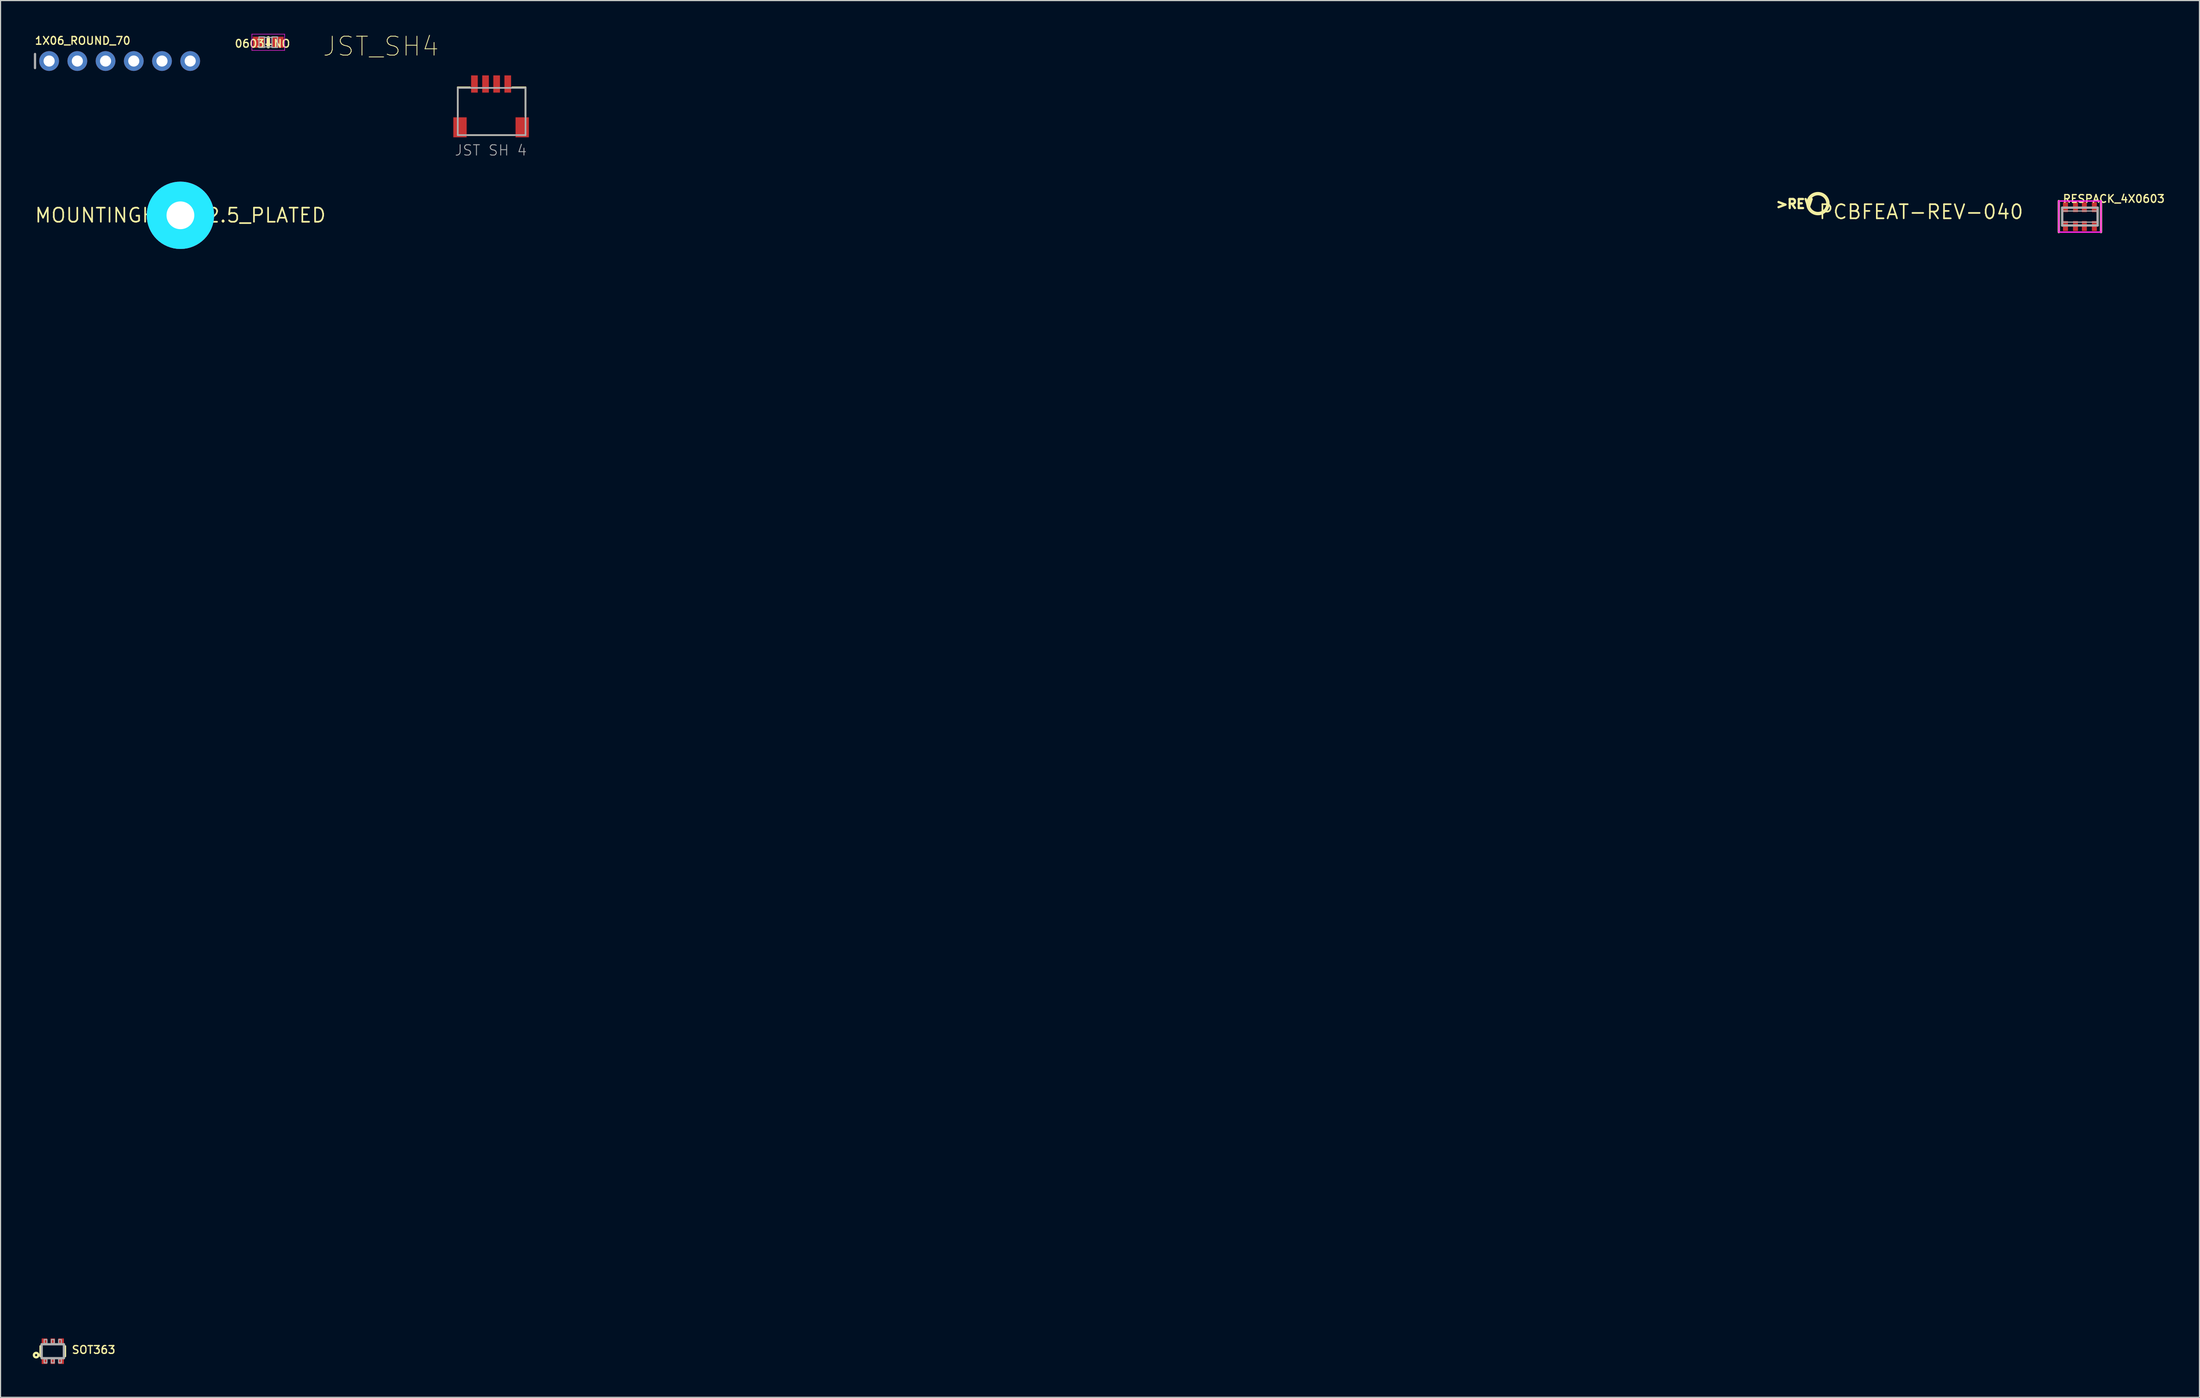
<source format=kicad_pcb>
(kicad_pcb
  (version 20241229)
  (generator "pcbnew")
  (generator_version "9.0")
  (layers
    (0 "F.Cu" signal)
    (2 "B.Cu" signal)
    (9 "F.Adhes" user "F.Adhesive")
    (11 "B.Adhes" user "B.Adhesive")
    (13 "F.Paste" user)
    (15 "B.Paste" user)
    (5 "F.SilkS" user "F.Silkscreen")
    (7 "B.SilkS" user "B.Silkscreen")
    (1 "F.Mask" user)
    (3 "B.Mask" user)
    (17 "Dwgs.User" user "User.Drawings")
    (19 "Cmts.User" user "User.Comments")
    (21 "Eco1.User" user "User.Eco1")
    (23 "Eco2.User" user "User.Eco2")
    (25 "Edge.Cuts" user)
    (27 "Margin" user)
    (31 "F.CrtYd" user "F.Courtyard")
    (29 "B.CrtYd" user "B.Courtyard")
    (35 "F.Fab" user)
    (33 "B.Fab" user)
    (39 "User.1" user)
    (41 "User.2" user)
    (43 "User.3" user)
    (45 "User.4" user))
  (footprint "0603-NO"
    (layer "F.Cu")
    (at 21.099 0.754)
    (property "Reference" "0603-NO" (at 2.032 0.127 180) (layer "F.SilkS") (effects (font (size 0.693 0.693) (thickness 0.12)) (justify right)))
    (fp_line (start 0 -0.4) (end 0 0.4) (stroke (width 0.305) (type solid)) (layer "F.SilkS"))
    (fp_poly (pts (xy -0.2 0.3) (xy 0.2 0.3) (xy 0.2 -0.3) (xy -0.2 -0.3)) (stroke (width 0) (type default)) (fill yes) (layer "F.Adhes"))
    (fp_line (start -1.473 -0.729) (end 1.473 -0.729) (stroke (width 0.051) (type solid)) (layer "F.CrtYd"))
    (fp_line (start -1.473 0.729) (end -1.473 -0.729) (stroke (width 0.051) (type solid)) (layer "F.CrtYd"))
    (fp_line (start 1.473 -0.729) (end 1.473 0.729) (stroke (width 0.051) (type solid)) (layer "F.CrtYd"))
    (fp_line (start 1.473 0.729) (end -1.473 0.729) (stroke (width 0.051) (type solid)) (layer "F.CrtYd"))
    (fp_line (start -0.356 -0.432) (end 0.356 -0.432) (stroke (width 0.102) (type solid)) (layer "F.Fab"))
    (fp_line (start -0.356 0.419) (end 0.356 0.419) (stroke (width 0.102) (type solid)) (layer "F.Fab"))
    (fp_poly (pts (xy -0.838 0.47) (xy -0.338 0.47) (xy -0.338 -0.48) (xy -0.838 -0.48)) (stroke (width 0.1) (type default)) (fill no) (layer "F.Fab"))
    (fp_poly (pts (xy 0.33 0.47) (xy 0.83 0.47) (xy 0.83 -0.48) (xy 0.33 -0.48)) (stroke (width 0.1) (type default)) (fill no) (layer "F.Fab"))
    (pad "1" smd rect (at -0.85 0) (size 1.075 1) (layers "F.Cu" "F.Mask" "F.Paste"))
    (pad "2" smd rect (at 0.85 0) (size 1.075 1) (layers "F.Cu" "F.Mask" "F.Paste")))
  (footprint "PCBFEAT-REV-040"
    (layer "F.Cu")
    (at 160.602 15.284)
    (property "Reference" "PCBFEAT-REV-040" (at 0 0 0) (layer "F.SilkS") (effects (font (size 1.27 1.27) (thickness 0.15)) (justify left top)))
    (fp_circle (center 0 0) (end 0.898 0) (stroke (width 0.305) (type solid)) (fill no) (layer "F.SilkS"))
    (fp_text user ">REV" (at -0.356 0.508 0) (layer "F.SilkS") (effects (font (size 0.813 0.813) (thickness 0.203)) (justify right bottom))))
  (footprint "RESPACK_4X0603"
    (layer "F.Cu")
    (at 184.184 16.45)
    (property "Reference" "RESPACK_4X0603" (at -1.6 -1.6 0) (layer "F.SilkS") (effects (font (size 0.693 0.693) (thickness 0.12)) (justify left)))
    (fp_line (start -1.9 1.4) (end -1.9 -1.4) (stroke (width 0.203) (type solid)) (layer "F.SilkS"))
    (fp_line (start 1.9 -1.4) (end 1.9 1.4) (stroke (width 0.203) (type solid)) (layer "F.SilkS"))
    (fp_line (start -1.9 -1.4) (end 1.9 -1.4) (stroke (width 0.127) (type solid)) (layer "F.CrtYd"))
    (fp_line (start -1.9 1.4) (end -1.9 -1.4) (stroke (width 0.127) (type solid)) (layer "F.CrtYd"))
    (fp_line (start -1.9 1.4) (end 1.9 1.4) (stroke (width 0.127) (type solid)) (layer "F.CrtYd"))
    (fp_line (start 1.9 -1.4) (end 1.9 1.4) (stroke (width 0.127) (type solid)) (layer "F.CrtYd"))
    (fp_line (start -1.6 -0.8) (end 1.6 -0.8) (stroke (width 0.203) (type solid)) (layer "F.Fab"))
    (fp_line (start -1.6 0.8) (end -1.6 -0.8) (stroke (width 0.203) (type solid)) (layer "F.Fab"))
    (fp_line (start 1.6 -0.8) (end 1.6 0.8) (stroke (width 0.203) (type solid)) (layer "F.Fab"))
    (fp_line (start 1.6 0.8) (end -1.6 0.8) (stroke (width 0.203) (type solid)) (layer "F.Fab"))
    (fp_poly (pts (xy -1.55 0.5) (xy 1.55 0.5) (xy 1.55 -0.5) (xy -1.55 -0.5)) (stroke (width 0.1) (type default)) (fill no) (layer "F.Fab"))
    (pad "1" smd rect (at -1.3 0.85) (size 0.45 0.9) (layers "F.Cu" "F.Mask" "F.Paste"))
    (pad "2" smd rect (at -0.4 0.85) (size 0.45 0.9) (layers "F.Cu" "F.Mask" "F.Paste"))
    (pad "3" smd rect (at 0.4 0.85) (size 0.45 0.9) (layers "F.Cu" "F.Mask" "F.Paste"))
    (pad "4" smd rect (at 1.3 0.85) (size 0.45 0.9) (layers "F.Cu" "F.Mask" "F.Paste"))
    (pad "5" smd rect (at 1.3 -0.85) (size 0.45 0.9) (layers "F.Cu" "F.Mask" "F.Paste"))
    (pad "6" smd rect (at 0.4 -0.85) (size 0.45 0.9) (layers "F.Cu" "F.Mask" "F.Paste"))
    (pad "7" smd rect (at -0.4 -0.85) (size 0.45 0.9) (layers "F.Cu" "F.Mask" "F.Paste"))
    (pad "8" smd rect (at -1.3 -0.85) (size 0.45 0.9) (layers "F.Cu" "F.Mask" "F.Paste")))
  (footprint "SOT363"
    (layer "F.Cu")
    (at 1.702 118.614)
    (property "Reference" "SOT363" (at 1.651 -0.127 0) (layer "F.SilkS") (effects (font (size 0.693 0.693) (thickness 0.12)) (justify left)))
    (fp_line (start -1.1 -0.45) (end -1.1 0.45) (stroke (width 0.203) (type solid)) (layer "F.SilkS"))
    (fp_line (start 1.1 -0.45) (end 1.1 0.45) (stroke (width 0.203) (type solid)) (layer "F.SilkS"))
    (fp_circle (center -1.5 0.35) (end -1.4 0.35) (stroke (width 0.203) (type solid)) (fill no) (layer "F.SilkS"))
    (fp_line (start -1 -0.625) (end 1 -0.625) (stroke (width 0.203) (type solid)) (layer "F.Fab"))
    (fp_line (start -1 0.625) (end -1 -0.625) (stroke (width 0.203) (type solid)) (layer "F.Fab"))
    (fp_line (start 1 -0.625) (end 1 0.625) (stroke (width 0.203) (type solid)) (layer "F.Fab"))
    (fp_line (start 1 0.625) (end -1 0.625) (stroke (width 0.203) (type solid)) (layer "F.Fab"))
    (fp_poly (pts (xy -0.775 -0.7) (xy -0.525 -0.7) (xy -0.525 -1.05) (xy -0.775 -1.05)) (stroke (width 0.1) (type default)) (fill no) (layer "F.Fab"))
    (fp_poly (pts (xy -0.775 1.05) (xy -0.525 1.05) (xy -0.525 0.7) (xy -0.775 0.7)) (stroke (width 0.1) (type default)) (fill no) (layer "F.Fab"))
    (fp_poly (pts (xy -0.125 -0.7) (xy 0.125 -0.7) (xy 0.125 -1.05) (xy -0.125 -1.05)) (stroke (width 0.1) (type default)) (fill no) (layer "F.Fab"))
    (fp_poly (pts (xy -0.125 1.05) (xy 0.125 1.05) (xy 0.125 0.7) (xy -0.125 0.7)) (stroke (width 0.1) (type default)) (fill no) (layer "F.Fab"))
    (fp_poly (pts (xy 0.525 -0.7) (xy 0.775 -0.7) (xy 0.775 -1.05) (xy 0.525 -1.05)) (stroke (width 0.1) (type default)) (fill no) (layer "F.Fab"))
    (fp_poly (pts (xy 0.525 1.05) (xy 0.775 1.05) (xy 0.775 0.7) (xy 0.525 0.7)) (stroke (width 0.1) (type default)) (fill no) (layer "F.Fab"))
    (pad "1" smd rect (at -0.75 0.9) (size 0.5 0.5) (layers "F.Cu" "F.Mask" "F.Paste"))
    (pad "2" smd rect (at 0 0.9) (size 0.4 0.5) (layers "F.Cu" "F.Mask" "F.Paste"))
    (pad "3" smd rect (at 0.75 0.9) (size 0.5 0.5) (layers "F.Cu" "F.Mask" "F.Paste"))
    (pad "4" smd rect (at 0.75 -0.9) (size 0.5 0.5) (layers "F.Cu" "F.Mask" "F.Paste"))
    (pad "5" smd rect (at 0 -0.9) (size 0.4 0.5) (layers "F.Cu" "F.Mask" "F.Paste"))
    (pad "6" smd rect (at -0.75 -0.9) (size 0.5 0.5) (layers "F.Cu" "F.Mask" "F.Paste")))
  (footprint "1X06_ROUND_70"
    (layer "F.Cu")
    (at 7.722 2.445)
    (property "Reference" "1X06_ROUND_70" (at -7.696 -1.829 0) (layer "F.SilkS") (effects (font (size 0.693 0.693) (thickness 0.12)) (justify left)))
    (fp_line (start -7.62 -0.635) (end -7.62 0.635) (stroke (width 0.203) (type solid)) (layer "F.Fab"))
    (fp_poly (pts (xy -6.604 0.254) (xy -6.096 0.254) (xy -6.096 -0.254) (xy -6.604 -0.254)) (stroke (width 0.1) (type default)) (fill no) (layer "F.Fab"))
    (fp_poly (pts (xy -4.064 0.254) (xy -3.556 0.254) (xy -3.556 -0.254) (xy -4.064 -0.254)) (stroke (width 0.1) (type default)) (fill no) (layer "F.Fab"))
    (fp_poly (pts (xy -1.524 0.254) (xy -1.016 0.254) (xy -1.016 -0.254) (xy -1.524 -0.254)) (stroke (width 0.1) (type default)) (fill no) (layer "F.Fab"))
    (fp_poly (pts (xy 1.016 0.254) (xy 1.524 0.254) (xy 1.524 -0.254) (xy 1.016 -0.254)) (stroke (width 0.1) (type default)) (fill no) (layer "F.Fab"))
    (fp_poly (pts (xy 3.556 0.254) (xy 4.064 0.254) (xy 4.064 -0.254) (xy 3.556 -0.254)) (stroke (width 0.1) (type default)) (fill no) (layer "F.Fab"))
    (fp_poly (pts (xy 6.096 0.254) (xy 6.604 0.254) (xy 6.604 -0.254) (xy 6.096 -0.254)) (stroke (width 0.1) (type default)) (fill no) (layer "F.Fab"))
    (pad "1" thru_hole circle (at -6.35 0 90) (size 1.778 1.778) (drill 1) (layers "*.Cu" "*.Mask"))
    (pad "2" thru_hole circle (at -3.81 0 90) (size 1.778 1.778) (drill 1) (layers "*.Cu" "*.Mask"))
    (pad "3" thru_hole circle (at -1.27 0 90) (size 1.778 1.778) (drill 1) (layers "*.Cu" "*.Mask"))
    (pad "4" thru_hole circle (at 1.27 0 90) (size 1.778 1.778) (drill 1) (layers "*.Cu" "*.Mask"))
    (pad "5" thru_hole circle (at 3.81 0 90) (size 1.778 1.778) (drill 1) (layers "*.Cu" "*.Mask"))
    (pad "6" thru_hole circle (at 6.35 0 90) (size 1.778 1.778) (drill 1) (layers "*.Cu" "*.Mask")))
  (footprint "JST_SH4"
    (layer "F.Cu")
    (at 41.158 7.028)
    (property "Reference" "JST_SH4" (at -4.6 -5.9 180) (layer "F.SilkS") (effects (font (size 1.703 1.703) (thickness 0.075)) (justify right)))
    (fp_line (start -3 -2.214) (end -1.9 -2.214) (stroke (width 0.152) (type solid)) (layer "F.SilkS"))
    (fp_line (start -3 0.386) (end -3 -2.214) (stroke (width 0.152) (type solid)) (layer "F.SilkS"))
    (fp_line (start -2.1 2.086) (end 2.1 2.086) (stroke (width 0.152) (type solid)) (layer "F.SilkS"))
    (fp_line (start 1.9 -2.214) (end 3.1 -2.214) (stroke (width 0.152) (type solid)) (layer "F.SilkS"))
    (fp_line (start 3.1 -2.214) (end 3.1 0.386) (stroke (width 0.152) (type solid)) (layer "F.SilkS"))
    (fp_line (start -3 -2.164) (end 3.1 -2.164) (stroke (width 0.152) (type solid)) (layer "F.Fab"))
    (fp_line (start -3 2.086) (end -3 -2.164) (stroke (width 0.152) (type solid)) (layer "F.Fab"))
    (fp_line (start 3.1 -2.164) (end 3.1 2.086) (stroke (width 0.152) (type solid)) (layer "F.Fab"))
    (fp_line (start 3.1 2.086) (end -3 2.086) (stroke (width 0.152) (type solid)) (layer "F.Fab"))
    (fp_text user "JST SH 4" (at -3.33 4.006 0) (layer "F.Fab") (effects (font (size 0.935 0.935) (thickness 0.081)) (justify left bottom)))
    (pad "1" smd rect (at -1.5 -2.514 90) (size 1.55 0.6) (layers "F.Cu" "F.Mask" "F.Paste"))
    (pad "2" smd rect (at -0.5 -2.514 90) (size 1.55 0.6) (layers "F.Cu" "F.Mask" "F.Paste"))
    (pad "3" smd rect (at 0.5 -2.514 90) (size 1.55 0.6) (layers "F.Cu" "F.Mask" "F.Paste"))
    (pad "4" smd rect (at 1.5 -2.514 90) (size 1.55 0.6) (layers "F.Cu" "F.Mask" "F.Paste"))
    (pad "MT1" smd rect (at -2.8 1.386 90) (size 1.8 1.2) (layers "F.Cu" "F.Mask" "F.Paste"))
    (pad "MT2" smd rect (at 2.8 1.386 90) (size 1.8 1.2) (layers "F.Cu" "F.Mask" "F.Paste")))
  (footprint "MOUNTINGHOLE_2.5_PLATED"
    (layer "F.Cu")
    (at 13.191 16.336)
    (property "Reference" "MOUNTINGHOLE_2.5_PLATED" (at 0 0 0) (layer "F.SilkS") (effects (font (size 1.27 1.27) (thickness 0.15))))
    (fp_circle (center 0 0) (end 2 0) (stroke (width 0.203) (type solid)) (fill no) (layer "F.SilkS"))
    (fp_circle (center 0 0) (end 1 0) (stroke (width 2.032) (type solid)) (fill no) (layer "B.CrtYd"))
    (fp_circle (center 0 0) (end 1 0) (stroke (width 2.032) (type solid)) (fill no) (layer "F.CrtYd"))
    (pad "P$1" thru_hole circle (at 0 0) (size 3.2 3.2) (drill 2.5) (layers "*.Cu" "*.Mask"))
    (zone (net_name "") (layer "F.Cu") (hatch edge 0.5) (connect_pads) (min_thickness 0.25) (filled_areas_thickness no) (keepout (tracks not_allowed) (vias not_allowed) (pads not_allowed) (copperpour not_allowed) (footprints allowed)) (placement (enabled no)) (fill) (polygon (pts (xy 153.548 112.449) (xy 153.529 112.169) (xy 153.47 111.893) (xy 153.374 111.629) (xy 153.242 111.381) (xy 153.077 111.153) (xy 152.881 110.951) (xy 152.66 110.778) (xy 152.416 110.637) (xy 152.155 110.532) (xy 151.882 110.464) (xy 151.603 110.434) (xy 151.321 110.444) (xy 151.044 110.493) (xy 150.777 110.58) (xy 150.524 110.703) (xy 150.291 110.861) (xy 150.082 111.049) (xy 149.901 111.264) (xy 149.752 111.503) (xy 149.638 111.76) (xy 149.56 112.03) (xy 149.521 112.309) (xy 149.521 112.59) (xy 149.56 112.868) (xy 149.638 113.139) (xy 149.752 113.396) (xy 149.901 113.634) (xy 150.082 113.85) (xy 150.291 114.038) (xy 150.524 114.195) (xy 150.777 114.318) (xy 151.044 114.405) (xy 151.321 114.454) (xy 151.603 114.464) (xy 151.882 114.435) (xy 152.155 114.367) (xy 152.416 114.261) (xy 152.66 114.121) (xy 152.881 113.947) (xy 153.077 113.745) (xy 153.242 113.517) (xy 153.374 113.269) (xy 153.47 113.005) (xy 153.529 112.73))) (polygon (pts (xy 151.516 112.449) (xy 151.521 112.46) (xy 151.532 112.465) (xy 151.544 112.46) (xy 151.548 112.449) (xy 151.544 112.438) (xy 151.532 112.433) (xy 151.521 112.438))))
    (zone (net_name "") (layer "B.Cu") (hatch edge 0.5) (connect_pads) (min_thickness 0.25) (filled_areas_thickness no) (keepout (tracks not_allowed) (vias not_allowed) (pads not_allowed) (copperpour not_allowed) (footprints allowed)) (placement (enabled no)) (fill) (polygon (pts (xy 153.548 112.449) (xy 153.529 112.169) (xy 153.47 111.893) (xy 153.374 111.629) (xy 153.242 111.381) (xy 153.077 111.153) (xy 152.881 110.951) (xy 152.66 110.778) (xy 152.416 110.637) (xy 152.155 110.532) (xy 151.882 110.464) (xy 151.603 110.434) (xy 151.321 110.444) (xy 151.044 110.493) (xy 150.777 110.58) (xy 150.524 110.703) (xy 150.291 110.861) (xy 150.082 111.049) (xy 149.901 111.264) (xy 149.752 111.503) (xy 149.638 111.76) (xy 149.56 112.03) (xy 149.521 112.309) (xy 149.521 112.59) (xy 149.56 112.868) (xy 149.638 113.139) (xy 149.752 113.396) (xy 149.901 113.634) (xy 150.082 113.85) (xy 150.291 114.038) (xy 150.524 114.195) (xy 150.777 114.318) (xy 151.044 114.405) (xy 151.321 114.454) (xy 151.603 114.464) (xy 151.882 114.435) (xy 152.155 114.367) (xy 152.416 114.261) (xy 152.66 114.121) (xy 152.881 113.947) (xy 153.077 113.745) (xy 153.242 113.517) (xy 153.374 113.269) (xy 153.47 113.005) (xy 153.529 112.73))) (polygon (pts (xy 151.516 112.449) (xy 151.521 112.46) (xy 151.532 112.465) (xy 151.544 112.46) (xy 151.548 112.449) (xy 151.544 112.438) (xy 151.532 112.433) (xy 151.521 112.438)))))
  (gr_rect
    (start -3 -3)
    (end 194.945 122.764)
    (stroke (width 0.1) (type default))
    (fill no)
    (layer "Edge.Cuts")))
</source>
